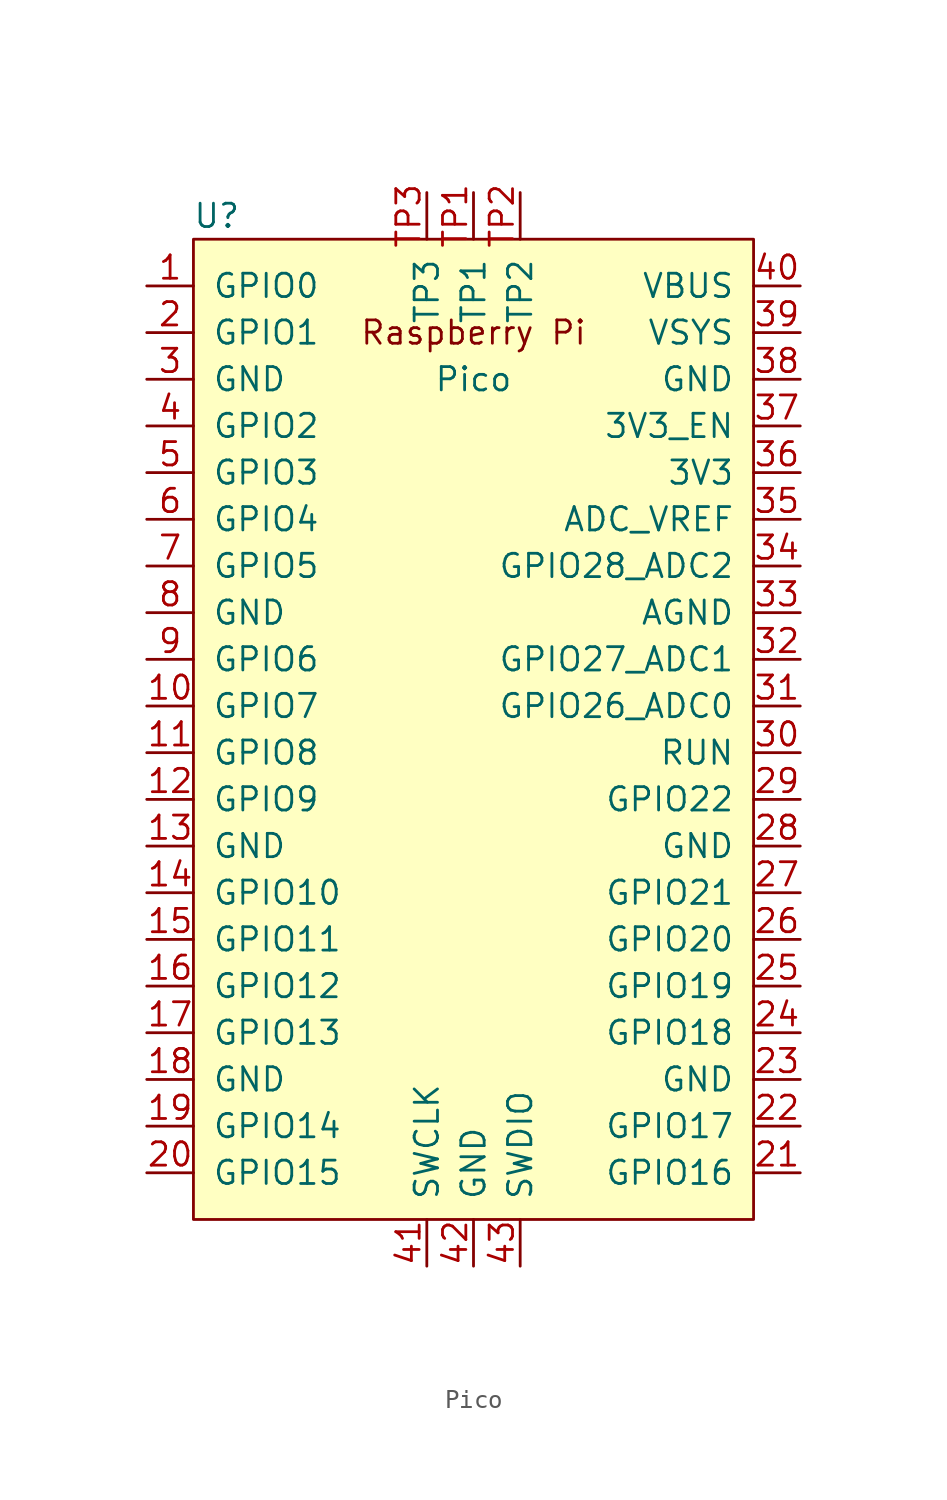
<source format=kicad_sym>
(kicad_symbol_lib
  (version 20211014)
  (generator kicad_symbol_editor)
  (symbol "Pico"
    (pin_names
      (offset 1.016))
    (property "Reference" "U"
      (at -13.97 27.94 0)
      (effects (font (size 1.27 1.27))))
    (property "Value" "Pico"
      (at 0 19.05 0)
      (effects (font (size 1.27 1.27))))
    (symbol "Pico_0_0"
      (text "Raspberry Pi" (at 0 21.59 0) (effects (font (size 1.27 1.27)))))
    (symbol "Pico_0_1"
      (rectangle (start -15.24 26.67) (end 15.24 -26.67) (stroke (width 0) (type default) (color 0 0 0 0)) (fill (type background))))
    (symbol "Pico_1_1"
      (pin bidirectional line (at -17.78 24.13 0) (length 2.54) (name "GPIO0" (effects (font (size 1.27 1.27)))) (number "1" (effects (font (size 1.27 1.27)))))
      (pin bidirectional line (at -17.78 1.27 0) (length 2.54) (name "GPIO7" (effects (font (size 1.27 1.27)))) (number "10" (effects (font (size 1.27 1.27)))))
      (pin bidirectional line (at -17.78 -1.27 0) (length 2.54) (name "GPIO8" (effects (font (size 1.27 1.27)))) (number "11" (effects (font (size 1.27 1.27)))))
      (pin bidirectional line (at -17.78 -3.81 0) (length 2.54) (name "GPIO9" (effects (font (size 1.27 1.27)))) (number "12" (effects (font (size 1.27 1.27)))))
      (pin power_in line (at -17.78 -6.35 0) (length 2.54) (name "GND" (effects (font (size 1.27 1.27)))) (number "13" (effects (font (size 1.27 1.27)))))
      (pin bidirectional line (at -17.78 -8.89 0) (length 2.54) (name "GPIO10" (effects (font (size 1.27 1.27)))) (number "14" (effects (font (size 1.27 1.27)))))
      (pin bidirectional line (at -17.78 -11.43 0) (length 2.54) (name "GPIO11" (effects (font (size 1.27 1.27)))) (number "15" (effects (font (size 1.27 1.27)))))
      (pin bidirectional line (at -17.78 -13.97 0) (length 2.54) (name "GPIO12" (effects (font (size 1.27 1.27)))) (number "16" (effects (font (size 1.27 1.27)))))
      (pin bidirectional line (at -17.78 -16.51 0) (length 2.54) (name "GPIO13" (effects (font (size 1.27 1.27)))) (number "17" (effects (font (size 1.27 1.27)))))
      (pin power_in line (at -17.78 -19.05 0) (length 2.54) (name "GND" (effects (font (size 1.27 1.27)))) (number "18" (effects (font (size 1.27 1.27)))))
      (pin bidirectional line (at -17.78 -21.59 0) (length 2.54) (name "GPIO14" (effects (font (size 1.27 1.27)))) (number "19" (effects (font (size 1.27 1.27)))))
      (pin bidirectional line (at -17.78 21.59 0) (length 2.54) (name "GPIO1" (effects (font (size 1.27 1.27)))) (number "2" (effects (font (size 1.27 1.27)))))
      (pin bidirectional line (at -17.78 -24.13 0) (length 2.54) (name "GPIO15" (effects (font (size 1.27 1.27)))) (number "20" (effects (font (size 1.27 1.27)))))
      (pin bidirectional line (at 17.78 -24.13 180) (length 2.54) (name "GPIO16" (effects (font (size 1.27 1.27)))) (number "21" (effects (font (size 1.27 1.27)))))
      (pin bidirectional line (at 17.78 -21.59 180) (length 2.54) (name "GPIO17" (effects (font (size 1.27 1.27)))) (number "22" (effects (font (size 1.27 1.27)))))
      (pin power_in line (at 17.78 -19.05 180) (length 2.54) (name "GND" (effects (font (size 1.27 1.27)))) (number "23" (effects (font (size 1.27 1.27)))))
      (pin bidirectional line (at 17.78 -16.51 180) (length 2.54) (name "GPIO18" (effects (font (size 1.27 1.27)))) (number "24" (effects (font (size 1.27 1.27)))))
      (pin bidirectional line (at 17.78 -13.97 180) (length 2.54) (name "GPIO19" (effects (font (size 1.27 1.27)))) (number "25" (effects (font (size 1.27 1.27)))))
      (pin bidirectional line (at 17.78 -11.43 180) (length 2.54) (name "GPIO20" (effects (font (size 1.27 1.27)))) (number "26" (effects (font (size 1.27 1.27)))))
      (pin bidirectional line (at 17.78 -8.89 180) (length 2.54) (name "GPIO21" (effects (font (size 1.27 1.27)))) (number "27" (effects (font (size 1.27 1.27)))))
      (pin power_in line (at 17.78 -6.35 180) (length 2.54) (name "GND" (effects (font (size 1.27 1.27)))) (number "28" (effects (font (size 1.27 1.27)))))
      (pin bidirectional line (at 17.78 -3.81 180) (length 2.54) (name "GPIO22" (effects (font (size 1.27 1.27)))) (number "29" (effects (font (size 1.27 1.27)))))
      (pin power_in line (at -17.78 19.05 0) (length 2.54) (name "GND" (effects (font (size 1.27 1.27)))) (number "3" (effects (font (size 1.27 1.27)))))
      (pin input line (at 17.78 -1.27 180) (length 2.54) (name "RUN" (effects (font (size 1.27 1.27)))) (number "30" (effects (font (size 1.27 1.27)))))
      (pin bidirectional line (at 17.78 1.27 180) (length 2.54) (name "GPIO26_ADC0" (effects (font (size 1.27 1.27)))) (number "31" (effects (font (size 1.27 1.27)))))
      (pin bidirectional line (at 17.78 3.81 180) (length 2.54) (name "GPIO27_ADC1" (effects (font (size 1.27 1.27)))) (number "32" (effects (font (size 1.27 1.27)))))
      (pin power_in line (at 17.78 6.35 180) (length 2.54) (name "AGND" (effects (font (size 1.27 1.27)))) (number "33" (effects (font (size 1.27 1.27)))))
      (pin bidirectional line (at 17.78 8.89 180) (length 2.54) (name "GPIO28_ADC2" (effects (font (size 1.27 1.27)))) (number "34" (effects (font (size 1.27 1.27)))))
      (pin unspecified line (at 17.78 11.43 180) (length 2.54) (name "ADC_VREF" (effects (font (size 1.27 1.27)))) (number "35" (effects (font (size 1.27 1.27)))))
      (pin unspecified line (at 17.78 13.97 180) (length 2.54) (name "3V3" (effects (font (size 1.27 1.27)))) (number "36" (effects (font (size 1.27 1.27)))))
      (pin input line (at 17.78 16.51 180) (length 2.54) (name "3V3_EN" (effects (font (size 1.27 1.27)))) (number "37" (effects (font (size 1.27 1.27)))))
      (pin bidirectional line (at 17.78 19.05 180) (length 2.54) (name "GND" (effects (font (size 1.27 1.27)))) (number "38" (effects (font (size 1.27 1.27)))))
      (pin unspecified line (at 17.78 21.59 180) (length 2.54) (name "VSYS" (effects (font (size 1.27 1.27)))) (number "39" (effects (font (size 1.27 1.27)))))
      (pin bidirectional line (at -17.78 16.51 0) (length 2.54) (name "GPIO2" (effects (font (size 1.27 1.27)))) (number "4" (effects (font (size 1.27 1.27)))))
      (pin unspecified line (at 17.78 24.13 180) (length 2.54) (name "VBUS" (effects (font (size 1.27 1.27)))) (number "40" (effects (font (size 1.27 1.27)))))
      (pin input line (at -2.54 -29.21 90) (length 2.54) (name "SWCLK" (effects (font (size 1.27 1.27)))) (number "41" (effects (font (size 1.27 1.27)))))
      (pin power_in line (at 0 -29.21 90) (length 2.54) (name "GND" (effects (font (size 1.27 1.27)))) (number "42" (effects (font (size 1.27 1.27)))))
      (pin bidirectional line (at 2.54 -29.21 90) (length 2.54) (name "SWDIO" (effects (font (size 1.27 1.27)))) (number "43" (effects (font (size 1.27 1.27)))))
      (pin bidirectional line (at -17.78 13.97 0) (length 2.54) (name "GPIO3" (effects (font (size 1.27 1.27)))) (number "5" (effects (font (size 1.27 1.27)))))
      (pin bidirectional line (at -17.78 11.43 0) (length 2.54) (name "GPIO4" (effects (font (size 1.27 1.27)))) (number "6" (effects (font (size 1.27 1.27)))))
      (pin bidirectional line (at -17.78 8.89 0) (length 2.54) (name "GPIO5" (effects (font (size 1.27 1.27)))) (number "7" (effects (font (size 1.27 1.27)))))
      (pin power_in line (at -17.78 6.35 0) (length 2.54) (name "GND" (effects (font (size 1.27 1.27)))) (number "8" (effects (font (size 1.27 1.27)))))
      (pin bidirectional line (at -17.78 3.81 0) (length 2.54) (name "GPIO6" (effects (font (size 1.27 1.27)))) (number "9" (effects (font (size 1.27 1.27)))))
      (pin unspecified line (at 0 29.21 270) (length 2.54) (name "TP1" (effects (font (size 1.27 1.27)))) (number "TP1" (effects (font (size 1.27 1.27)))))
      (pin bidirectional line (at 2.54 29.21 270) (length 2.54) (name "TP2" (effects (font (size 1.27 1.27)))) (number "TP2" (effects (font (size 1.27 1.27)))))
      (pin bidirectional line (at -2.54 29.21 270) (length 2.54) (name "TP3" (effects (font (size 1.27 1.27)))) (number "TP3" (effects (font (size 1.27 1.27))))))))
</source>
